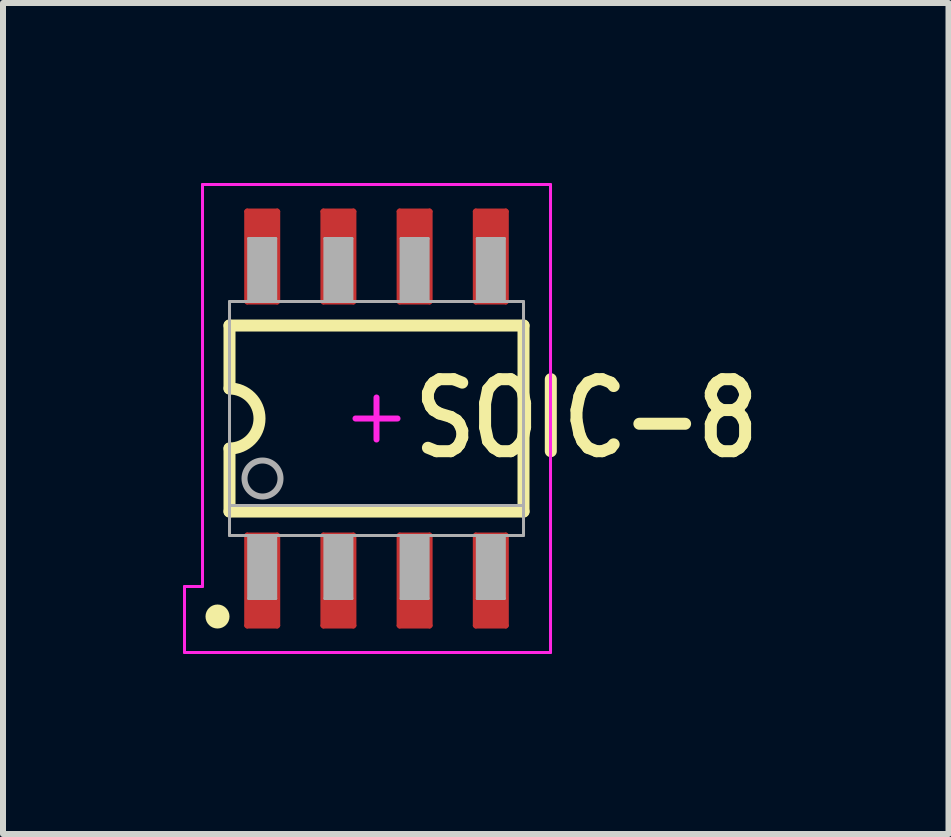
<source format=kicad_pcb>
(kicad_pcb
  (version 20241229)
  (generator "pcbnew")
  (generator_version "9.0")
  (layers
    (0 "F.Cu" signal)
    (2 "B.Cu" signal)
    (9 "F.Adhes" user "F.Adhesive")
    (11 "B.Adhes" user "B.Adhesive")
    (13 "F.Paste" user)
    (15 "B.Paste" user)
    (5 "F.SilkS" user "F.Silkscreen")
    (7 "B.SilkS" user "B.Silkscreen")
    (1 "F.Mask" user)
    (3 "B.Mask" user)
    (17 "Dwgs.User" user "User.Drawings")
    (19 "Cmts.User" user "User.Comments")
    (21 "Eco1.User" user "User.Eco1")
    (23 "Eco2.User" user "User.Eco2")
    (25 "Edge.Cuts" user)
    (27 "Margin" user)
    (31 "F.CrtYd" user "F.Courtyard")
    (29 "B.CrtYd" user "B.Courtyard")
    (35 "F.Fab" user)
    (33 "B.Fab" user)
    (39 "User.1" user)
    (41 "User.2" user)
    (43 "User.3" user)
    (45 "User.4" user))
  (footprint "SOIC-8"
    (layer "F.Cu")
    (at 3.225 3.925)
    (property "Reference" "SOIC-8" (at 3.5 0 0) (layer "F.SilkS") (effects (font (size 1.2 1) (thickness 0.2))))
    (attr through_hole)
    (fp_line (start -2.18 -3.45) (end -2.18 -1.95) (stroke (width 0.05) (type solid)) (layer "F.Cu"))
    (fp_line (start -2.18 1.95) (end -2.18 3.45) (stroke (width 0.05) (type solid)) (layer "F.Cu"))
    (fp_line (start -2.155 -3.475) (end -1.655 -3.475) (stroke (width 0.05) (type solid)) (layer "F.Cu"))
    (fp_line (start -2.155 -3.45) (end -2.155 -1.95) (stroke (width 0.05) (type solid)) (layer "F.Cu"))
    (fp_line (start -2.155 -3.45) (end -1.655 -3.45) (stroke (width 0.05) (type solid)) (layer "F.Cu"))
    (fp_line (start -2.155 1.925) (end -1.655 1.925) (stroke (width 0.05) (type solid)) (layer "F.Cu"))
    (fp_line (start -2.155 1.95) (end -2.155 3.45) (stroke (width 0.05) (type solid)) (layer "F.Cu"))
    (fp_line (start -2.155 1.95) (end -1.655 1.95) (stroke (width 0.05) (type solid)) (layer "F.Cu"))
    (fp_line (start -1.655 -1.95) (end -2.155 -1.95) (stroke (width 0.05) (type solid)) (layer "F.Cu"))
    (fp_line (start -1.655 -1.95) (end -1.655 -3.45) (stroke (width 0.05) (type solid)) (layer "F.Cu"))
    (fp_line (start -1.655 -1.925) (end -2.155 -1.925) (stroke (width 0.05) (type solid)) (layer "F.Cu"))
    (fp_line (start -1.655 3.45) (end -2.155 3.45) (stroke (width 0.05) (type solid)) (layer "F.Cu"))
    (fp_line (start -1.655 3.45) (end -1.655 1.95) (stroke (width 0.05) (type solid)) (layer "F.Cu"))
    (fp_line (start -1.655 3.475) (end -2.155 3.475) (stroke (width 0.05) (type solid)) (layer "F.Cu"))
    (fp_line (start -1.63 -1.95) (end -1.63 -3.45) (stroke (width 0.05) (type solid)) (layer "F.Cu"))
    (fp_line (start -1.63 3.45) (end -1.63 1.95) (stroke (width 0.05) (type solid)) (layer "F.Cu"))
    (fp_line (start -0.91 -3.45) (end -0.91 -1.95) (stroke (width 0.05) (type solid)) (layer "F.Cu"))
    (fp_line (start -0.91 1.95) (end -0.91 3.45) (stroke (width 0.05) (type solid)) (layer "F.Cu"))
    (fp_line (start -0.885 -3.475) (end -0.385 -3.475) (stroke (width 0.05) (type solid)) (layer "F.Cu"))
    (fp_line (start -0.885 -3.45) (end -0.885 -1.95) (stroke (width 0.05) (type solid)) (layer "F.Cu"))
    (fp_line (start -0.885 -3.45) (end -0.385 -3.45) (stroke (width 0.05) (type solid)) (layer "F.Cu"))
    (fp_line (start -0.885 1.925) (end -0.385 1.925) (stroke (width 0.05) (type solid)) (layer "F.Cu"))
    (fp_line (start -0.885 1.95) (end -0.885 3.45) (stroke (width 0.05) (type solid)) (layer "F.Cu"))
    (fp_line (start -0.885 1.95) (end -0.385 1.95) (stroke (width 0.05) (type solid)) (layer "F.Cu"))
    (fp_line (start -0.385 -1.95) (end -0.885 -1.95) (stroke (width 0.05) (type solid)) (layer "F.Cu"))
    (fp_line (start -0.385 -1.95) (end -0.385 -3.45) (stroke (width 0.05) (type solid)) (layer "F.Cu"))
    (fp_line (start -0.385 -1.925) (end -0.885 -1.925) (stroke (width 0.05) (type solid)) (layer "F.Cu"))
    (fp_line (start -0.385 3.45) (end -0.885 3.45) (stroke (width 0.05) (type solid)) (layer "F.Cu"))
    (fp_line (start -0.385 3.45) (end -0.385 1.95) (stroke (width 0.05) (type solid)) (layer "F.Cu"))
    (fp_line (start -0.385 3.475) (end -0.885 3.475) (stroke (width 0.05) (type solid)) (layer "F.Cu"))
    (fp_line (start -0.36 -1.95) (end -0.36 -3.45) (stroke (width 0.05) (type solid)) (layer "F.Cu"))
    (fp_line (start -0.36 3.45) (end -0.36 1.95) (stroke (width 0.05) (type solid)) (layer "F.Cu"))
    (fp_line (start 0.36 -3.45) (end 0.36 -1.95) (stroke (width 0.05) (type solid)) (layer "F.Cu"))
    (fp_line (start 0.36 1.95) (end 0.36 3.45) (stroke (width 0.05) (type solid)) (layer "F.Cu"))
    (fp_line (start 0.385 -3.475) (end 0.885 -3.475) (stroke (width 0.05) (type solid)) (layer "F.Cu"))
    (fp_line (start 0.385 -3.45) (end 0.385 -1.95) (stroke (width 0.05) (type solid)) (layer "F.Cu"))
    (fp_line (start 0.385 -3.45) (end 0.885 -3.45) (stroke (width 0.05) (type solid)) (layer "F.Cu"))
    (fp_line (start 0.385 1.925) (end 0.885 1.925) (stroke (width 0.05) (type solid)) (layer "F.Cu"))
    (fp_line (start 0.385 1.95) (end 0.385 3.45) (stroke (width 0.05) (type solid)) (layer "F.Cu"))
    (fp_line (start 0.385 1.95) (end 0.885 1.95) (stroke (width 0.05) (type solid)) (layer "F.Cu"))
    (fp_line (start 0.885 -1.95) (end 0.385 -1.95) (stroke (width 0.05) (type solid)) (layer "F.Cu"))
    (fp_line (start 0.885 -1.95) (end 0.885 -3.45) (stroke (width 0.05) (type solid)) (layer "F.Cu"))
    (fp_line (start 0.885 -1.925) (end 0.385 -1.925) (stroke (width 0.05) (type solid)) (layer "F.Cu"))
    (fp_line (start 0.885 3.45) (end 0.385 3.45) (stroke (width 0.05) (type solid)) (layer "F.Cu"))
    (fp_line (start 0.885 3.45) (end 0.885 1.95) (stroke (width 0.05) (type solid)) (layer "F.Cu"))
    (fp_line (start 0.885 3.475) (end 0.385 3.475) (stroke (width 0.05) (type solid)) (layer "F.Cu"))
    (fp_line (start 0.91 -1.95) (end 0.91 -3.45) (stroke (width 0.05) (type solid)) (layer "F.Cu"))
    (fp_line (start 0.91 3.45) (end 0.91 1.95) (stroke (width 0.05) (type solid)) (layer "F.Cu"))
    (fp_line (start 1.63 -3.45) (end 1.63 -1.95) (stroke (width 0.05) (type solid)) (layer "F.Cu"))
    (fp_line (start 1.63 1.95) (end 1.63 3.45) (stroke (width 0.05) (type solid)) (layer "F.Cu"))
    (fp_line (start 1.655 -3.475) (end 2.155 -3.475) (stroke (width 0.05) (type solid)) (layer "F.Cu"))
    (fp_line (start 1.655 -3.45) (end 1.655 -1.95) (stroke (width 0.05) (type solid)) (layer "F.Cu"))
    (fp_line (start 1.655 -3.45) (end 2.155 -3.45) (stroke (width 0.05) (type solid)) (layer "F.Cu"))
    (fp_line (start 1.655 1.925) (end 2.155 1.925) (stroke (width 0.05) (type solid)) (layer "F.Cu"))
    (fp_line (start 1.655 1.95) (end 1.655 3.45) (stroke (width 0.05) (type solid)) (layer "F.Cu"))
    (fp_line (start 1.655 1.95) (end 2.155 1.95) (stroke (width 0.05) (type solid)) (layer "F.Cu"))
    (fp_line (start 2.155 -1.95) (end 1.655 -1.95) (stroke (width 0.05) (type solid)) (layer "F.Cu"))
    (fp_line (start 2.155 -1.95) (end 2.155 -3.45) (stroke (width 0.05) (type solid)) (layer "F.Cu"))
    (fp_line (start 2.155 -1.925) (end 1.655 -1.925) (stroke (width 0.05) (type solid)) (layer "F.Cu"))
    (fp_line (start 2.155 3.45) (end 1.655 3.45) (stroke (width 0.05) (type solid)) (layer "F.Cu"))
    (fp_line (start 2.155 3.45) (end 2.155 1.95) (stroke (width 0.05) (type solid)) (layer "F.Cu"))
    (fp_line (start 2.155 3.475) (end 1.655 3.475) (stroke (width 0.05) (type solid)) (layer "F.Cu"))
    (fp_line (start 2.18 -1.95) (end 2.18 -3.45) (stroke (width 0.05) (type solid)) (layer "F.Cu"))
    (fp_line (start 2.18 3.45) (end 2.18 1.95) (stroke (width 0.05) (type solid)) (layer "F.Cu"))
    (fp_arc (start -2.18 -3.45) (mid -2.172693 -3.467662) (end -2.155044 -3.475) (stroke (width 0.05) (type solid)) (layer "F.Cu"))
    (fp_arc (start -2.18 1.95) (mid -2.172693 1.932338) (end -2.155044 1.925) (stroke (width 0.05) (type solid)) (layer "F.Cu"))
    (fp_arc (start -2.155 -1.925) (mid -2.172662 -1.932307) (end -2.18 -1.949956) (stroke (width 0.05) (type solid)) (layer "F.Cu"))
    (fp_arc (start -2.155 3.475) (mid -2.172662 3.467693) (end -2.18 3.450044) (stroke (width 0.05) (type solid)) (layer "F.Cu"))
    (fp_arc (start -1.655 -3.475) (mid -1.637338 -3.467693) (end -1.63 -3.450044) (stroke (width 0.05) (type solid)) (layer "F.Cu"))
    (fp_arc (start -1.655 1.925) (mid -1.637338 1.932307) (end -1.63 1.949956) (stroke (width 0.05) (type solid)) (layer "F.Cu"))
    (fp_arc (start -1.63 -1.95) (mid -1.637307 -1.932338) (end -1.654956 -1.925) (stroke (width 0.05) (type solid)) (layer "F.Cu"))
    (fp_arc (start -1.63 3.45) (mid -1.637307 3.467662) (end -1.654956 3.475) (stroke (width 0.05) (type solid)) (layer "F.Cu"))
    (fp_arc (start -0.91 -3.45) (mid -0.902693 -3.467662) (end -0.885044 -3.475) (stroke (width 0.05) (type solid)) (layer "F.Cu"))
    (fp_arc (start -0.91 1.95) (mid -0.902693 1.932338) (end -0.885044 1.925) (stroke (width 0.05) (type solid)) (layer "F.Cu"))
    (fp_arc (start -0.885 -1.925) (mid -0.902662 -1.932307) (end -0.91 -1.949956) (stroke (width 0.05) (type solid)) (layer "F.Cu"))
    (fp_arc (start -0.885 3.475) (mid -0.902662 3.467693) (end -0.91 3.450044) (stroke (width 0.05) (type solid)) (layer "F.Cu"))
    (fp_arc (start -0.385 -3.475) (mid -0.367338 -3.467693) (end -0.36 -3.450044) (stroke (width 0.05) (type solid)) (layer "F.Cu"))
    (fp_arc (start -0.385 1.925) (mid -0.367338 1.932307) (end -0.36 1.949956) (stroke (width 0.05) (type solid)) (layer "F.Cu"))
    (fp_arc (start -0.36 -1.95) (mid -0.367307 -1.932338) (end -0.384956 -1.925) (stroke (width 0.05) (type solid)) (layer "F.Cu"))
    (fp_arc (start -0.36 3.45) (mid -0.367307 3.467662) (end -0.384956 3.475) (stroke (width 0.05) (type solid)) (layer "F.Cu"))
    (fp_arc (start 0.36 -3.45) (mid 0.367307 -3.467662) (end 0.384956 -3.475) (stroke (width 0.05) (type solid)) (layer "F.Cu"))
    (fp_arc (start 0.36 1.95) (mid 0.367307 1.932338) (end 0.384956 1.925) (stroke (width 0.05) (type solid)) (layer "F.Cu"))
    (fp_arc (start 0.385 -1.925) (mid 0.367338 -1.932307) (end 0.36 -1.949956) (stroke (width 0.05) (type solid)) (layer "F.Cu"))
    (fp_arc (start 0.385 3.475) (mid 0.367338 3.467693) (end 0.36 3.450044) (stroke (width 0.05) (type solid)) (layer "F.Cu"))
    (fp_arc (start 0.885 -3.475) (mid 0.902662 -3.467693) (end 0.91 -3.450044) (stroke (width 0.05) (type solid)) (layer "F.Cu"))
    (fp_arc (start 0.885 1.925) (mid 0.902662 1.932307) (end 0.91 1.949956) (stroke (width 0.05) (type solid)) (layer "F.Cu"))
    (fp_arc (start 0.91 -1.95) (mid 0.902693 -1.932338) (end 0.885044 -1.925) (stroke (width 0.05) (type solid)) (layer "F.Cu"))
    (fp_arc (start 0.91 3.45) (mid 0.902693 3.467662) (end 0.885044 3.475) (stroke (width 0.05) (type solid)) (layer "F.Cu"))
    (fp_arc (start 1.63 -3.45) (mid 1.637307 -3.467662) (end 1.654956 -3.475) (stroke (width 0.05) (type solid)) (layer "F.Cu"))
    (fp_arc (start 1.63 1.95) (mid 1.637307 1.932338) (end 1.654956 1.925) (stroke (width 0.05) (type solid)) (layer "F.Cu"))
    (fp_arc (start 1.655 -1.925) (mid 1.637338 -1.932307) (end 1.63 -1.949956) (stroke (width 0.05) (type solid)) (layer "F.Cu"))
    (fp_arc (start 1.655 3.475) (mid 1.637338 3.467693) (end 1.63 3.450044) (stroke (width 0.05) (type solid)) (layer "F.Cu"))
    (fp_arc (start 2.155 -3.475) (mid 2.172662 -3.467693) (end 2.18 -3.450044) (stroke (width 0.05) (type solid)) (layer "F.Cu"))
    (fp_arc (start 2.155 1.925) (mid 2.172662 1.932307) (end 2.18 1.949956) (stroke (width 0.05) (type solid)) (layer "F.Cu"))
    (fp_arc (start 2.18 -1.95) (mid 2.172693 -1.932338) (end 2.155044 -1.925) (stroke (width 0.05) (type solid)) (layer "F.Cu"))
    (fp_arc (start 2.18 3.45) (mid 2.172693 3.467662) (end 2.155044 3.475) (stroke (width 0.05) (type solid)) (layer "F.Cu"))
    (fp_line (start -2.255 -3.45) (end -2.255 -1.95) (stroke (width 0.1) (type solid)) (layer "F.Mask"))
    (fp_line (start -2.255 1.95) (end -2.255 3.45) (stroke (width 0.1) (type solid)) (layer "F.Mask"))
    (fp_line (start -2.205 -2.1) (end -2.205 -3) (stroke (width 0.1) (type solid)) (layer "F.Mask"))
    (fp_line (start -2.205 3.3) (end -2.205 2.4) (stroke (width 0.1) (type solid)) (layer "F.Mask"))
    (fp_line (start -2.155 -3.5) (end -1.605 -3.5) (stroke (width 0.1) (type solid)) (layer "F.Mask"))
    (fp_line (start -2.155 -1.85) (end -1.655 -1.85) (stroke (width 0.1) (type solid)) (layer "F.Mask"))
    (fp_line (start -2.155 1.9) (end -1.605 1.9) (stroke (width 0.1) (type solid)) (layer "F.Mask"))
    (fp_line (start -2.155 3.55) (end -1.655 3.55) (stroke (width 0.1) (type solid)) (layer "F.Mask"))
    (fp_line (start -1.655 -3.55) (end -2.155 -3.55) (stroke (width 0.1) (type solid)) (layer "F.Mask"))
    (fp_line (start -1.655 1.85) (end -2.155 1.85) (stroke (width 0.1) (type solid)) (layer "F.Mask"))
    (fp_line (start -1.605 -3.3) (end -1.605 -2.4) (stroke (width 0.1) (type solid)) (layer "F.Mask"))
    (fp_line (start -1.605 2.1) (end -1.605 3) (stroke (width 0.1) (type solid)) (layer "F.Mask"))
    (fp_line (start -1.555 -1.95) (end -1.555 -3.45) (stroke (width 0.1) (type solid)) (layer "F.Mask"))
    (fp_line (start -1.555 3.45) (end -1.555 1.95) (stroke (width 0.1) (type solid)) (layer "F.Mask"))
    (fp_line (start -0.985 -3.45) (end -0.985 -1.95) (stroke (width 0.1) (type solid)) (layer "F.Mask"))
    (fp_line (start -0.985 1.95) (end -0.985 3.45) (stroke (width 0.1) (type solid)) (layer "F.Mask"))
    (fp_line (start -0.935 -2.1) (end -0.935 -3) (stroke (width 0.1) (type solid)) (layer "F.Mask"))
    (fp_line (start -0.935 3.3) (end -0.935 2.4) (stroke (width 0.1) (type solid)) (layer "F.Mask"))
    (fp_line (start -0.885 -3.5) (end -0.335 -3.5) (stroke (width 0.1) (type solid)) (layer "F.Mask"))
    (fp_line (start -0.885 -1.85) (end -0.385 -1.85) (stroke (width 0.1) (type solid)) (layer "F.Mask"))
    (fp_line (start -0.885 1.9) (end -0.335 1.9) (stroke (width 0.1) (type solid)) (layer "F.Mask"))
    (fp_line (start -0.885 3.55) (end -0.385 3.55) (stroke (width 0.1) (type solid)) (layer "F.Mask"))
    (fp_line (start -0.385 -3.55) (end -0.885 -3.55) (stroke (width 0.1) (type solid)) (layer "F.Mask"))
    (fp_line (start -0.385 1.85) (end -0.885 1.85) (stroke (width 0.1) (type solid)) (layer "F.Mask"))
    (fp_line (start -0.335 -3.3) (end -0.335 -2.4) (stroke (width 0.1) (type solid)) (layer "F.Mask"))
    (fp_line (start -0.335 2.1) (end -0.335 3) (stroke (width 0.1) (type solid)) (layer "F.Mask"))
    (fp_line (start -0.285 -1.95) (end -0.285 -3.45) (stroke (width 0.1) (type solid)) (layer "F.Mask"))
    (fp_line (start -0.285 3.45) (end -0.285 1.95) (stroke (width 0.1) (type solid)) (layer "F.Mask"))
    (fp_line (start 0.285 -3.45) (end 0.285 -1.95) (stroke (width 0.1) (type solid)) (layer "F.Mask"))
    (fp_line (start 0.285 1.95) (end 0.285 3.45) (stroke (width 0.1) (type solid)) (layer "F.Mask"))
    (fp_line (start 0.335 -2.1) (end 0.335 -3) (stroke (width 0.1) (type solid)) (layer "F.Mask"))
    (fp_line (start 0.335 3.3) (end 0.335 2.4) (stroke (width 0.1) (type solid)) (layer "F.Mask"))
    (fp_line (start 0.385 -3.5) (end 0.935 -3.5) (stroke (width 0.1) (type solid)) (layer "F.Mask"))
    (fp_line (start 0.385 -1.85) (end 0.885 -1.85) (stroke (width 0.1) (type solid)) (layer "F.Mask"))
    (fp_line (start 0.385 1.9) (end 0.935 1.9) (stroke (width 0.1) (type solid)) (layer "F.Mask"))
    (fp_line (start 0.385 3.55) (end 0.885 3.55) (stroke (width 0.1) (type solid)) (layer "F.Mask"))
    (fp_line (start 0.885 -3.55) (end 0.385 -3.55) (stroke (width 0.1) (type solid)) (layer "F.Mask"))
    (fp_line (start 0.885 1.85) (end 0.385 1.85) (stroke (width 0.1) (type solid)) (layer "F.Mask"))
    (fp_line (start 0.935 -3.3) (end 0.935 -2.4) (stroke (width 0.1) (type solid)) (layer "F.Mask"))
    (fp_line (start 0.935 2.1) (end 0.935 3) (stroke (width 0.1) (type solid)) (layer "F.Mask"))
    (fp_line (start 0.985 -1.95) (end 0.985 -3.45) (stroke (width 0.1) (type solid)) (layer "F.Mask"))
    (fp_line (start 0.985 3.45) (end 0.985 1.95) (stroke (width 0.1) (type solid)) (layer "F.Mask"))
    (fp_line (start 1.555 -3.45) (end 1.555 -1.95) (stroke (width 0.1) (type solid)) (layer "F.Mask"))
    (fp_line (start 1.555 1.95) (end 1.555 3.45) (stroke (width 0.1) (type solid)) (layer "F.Mask"))
    (fp_line (start 1.605 -2.1) (end 1.605 -3) (stroke (width 0.1) (type solid)) (layer "F.Mask"))
    (fp_line (start 1.605 3.3) (end 1.605 2.4) (stroke (width 0.1) (type solid)) (layer "F.Mask"))
    (fp_line (start 1.655 -3.5) (end 2.205 -3.5) (stroke (width 0.1) (type solid)) (layer "F.Mask"))
    (fp_line (start 1.655 -1.85) (end 2.155 -1.85) (stroke (width 0.1) (type solid)) (layer "F.Mask"))
    (fp_line (start 1.655 1.9) (end 2.205 1.9) (stroke (width 0.1) (type solid)) (layer "F.Mask"))
    (fp_line (start 1.655 3.55) (end 2.155 3.55) (stroke (width 0.1) (type solid)) (layer "F.Mask"))
    (fp_line (start 2.155 -3.55) (end 1.655 -3.55) (stroke (width 0.1) (type solid)) (layer "F.Mask"))
    (fp_line (start 2.155 1.85) (end 1.655 1.85) (stroke (width 0.1) (type solid)) (layer "F.Mask"))
    (fp_line (start 2.205 -3.3) (end 2.205 -2.4) (stroke (width 0.1) (type solid)) (layer "F.Mask"))
    (fp_line (start 2.205 2.1) (end 2.205 3) (stroke (width 0.1) (type solid)) (layer "F.Mask"))
    (fp_line (start 2.255 -1.95) (end 2.255 -3.45) (stroke (width 0.1) (type solid)) (layer "F.Mask"))
    (fp_line (start 2.255 3.45) (end 2.255 1.95) (stroke (width 0.1) (type solid)) (layer "F.Mask"))
    (fp_arc (start -2.254825 -3.45) (mid -2.225598 -3.520649) (end -2.155 -3.55) (stroke (width 0.1) (type solid)) (layer "F.Mask"))
    (fp_arc (start -2.254825 1.95) (mid -2.225598 1.879351) (end -2.155 1.85) (stroke (width 0.1) (type solid)) (layer "F.Mask"))
    (fp_arc (start -2.155 -1.85) (mid -2.225649 -1.879227) (end -2.255 -1.949825) (stroke (width 0.1) (type solid)) (layer "F.Mask"))
    (fp_arc (start -2.155 3.55) (mid -2.225649 3.520773) (end -2.255 3.450175) (stroke (width 0.1) (type solid)) (layer "F.Mask"))
    (fp_arc (start -1.655 -3.549825) (mid -1.584351 -3.520598) (end -1.555 -3.45) (stroke (width 0.1) (type solid)) (layer "F.Mask"))
    (fp_arc (start -1.655 1.850175) (mid -1.584351 1.879402) (end -1.555 1.95) (stroke (width 0.1) (type solid)) (layer "F.Mask"))
    (fp_arc (start -1.555 -1.95) (mid -1.584227 -1.879351) (end -1.654825 -1.85) (stroke (width 0.1) (type solid)) (layer "F.Mask"))
    (fp_arc (start -1.555 3.45) (mid -1.584227 3.520649) (end -1.654825 3.55) (stroke (width 0.1) (type solid)) (layer "F.Mask"))
    (fp_arc (start -0.984825 -3.45) (mid -0.955598 -3.520649) (end -0.885 -3.55) (stroke (width 0.1) (type solid)) (layer "F.Mask"))
    (fp_arc (start -0.984825 1.95) (mid -0.955598 1.879351) (end -0.885 1.85) (stroke (width 0.1) (type solid)) (layer "F.Mask"))
    (fp_arc (start -0.885 -1.85) (mid -0.955649 -1.879227) (end -0.985 -1.949825) (stroke (width 0.1) (type solid)) (layer "F.Mask"))
    (fp_arc (start -0.885 3.55) (mid -0.955649 3.520773) (end -0.985 3.450175) (stroke (width 0.1) (type solid)) (layer "F.Mask"))
    (fp_arc (start -0.385 -3.549825) (mid -0.314351 -3.520598) (end -0.285 -3.45) (stroke (width 0.1) (type solid)) (layer "F.Mask"))
    (fp_arc (start -0.385 1.850175) (mid -0.314351 1.879402) (end -0.285 1.95) (stroke (width 0.1) (type solid)) (layer "F.Mask"))
    (fp_arc (start -0.285 -1.95) (mid -0.314227 -1.879351) (end -0.384825 -1.85) (stroke (width 0.1) (type solid)) (layer "F.Mask"))
    (fp_arc (start -0.285 3.45) (mid -0.314227 3.520649) (end -0.384825 3.55) (stroke (width 0.1) (type solid)) (layer "F.Mask"))
    (fp_arc (start 0.285175 -3.45) (mid 0.314402 -3.520649) (end 0.385 -3.55) (stroke (width 0.1) (type solid)) (layer "F.Mask"))
    (fp_arc (start 0.285175 1.95) (mid 0.314402 1.879351) (end 0.385 1.85) (stroke (width 0.1) (type solid)) (layer "F.Mask"))
    (fp_arc (start 0.385 -1.85) (mid 0.314351 -1.879227) (end 0.285 -1.949825) (stroke (width 0.1) (type solid)) (layer "F.Mask"))
    (fp_arc (start 0.385 3.55) (mid 0.314351 3.520773) (end 0.285 3.450175) (stroke (width 0.1) (type solid)) (layer "F.Mask"))
    (fp_arc (start 0.885 -3.549825) (mid 0.955649 -3.520598) (end 0.985 -3.45) (stroke (width 0.1) (type solid)) (layer "F.Mask"))
    (fp_arc (start 0.885 1.850175) (mid 0.955649 1.879402) (end 0.985 1.95) (stroke (width 0.1) (type solid)) (layer "F.Mask"))
    (fp_arc (start 0.985 -1.95) (mid 0.955773 -1.879351) (end 0.885175 -1.85) (stroke (width 0.1) (type solid)) (layer "F.Mask"))
    (fp_arc (start 0.985 3.45) (mid 0.955773 3.520649) (end 0.885175 3.55) (stroke (width 0.1) (type solid)) (layer "F.Mask"))
    (fp_arc (start 1.555175 -3.45) (mid 1.584402 -3.520649) (end 1.655 -3.55) (stroke (width 0.1) (type solid)) (layer "F.Mask"))
    (fp_arc (start 1.555175 1.95) (mid 1.584402 1.879351) (end 1.655 1.85) (stroke (width 0.1) (type solid)) (layer "F.Mask"))
    (fp_arc (start 1.655 -1.85) (mid 1.584351 -1.879227) (end 1.555 -1.949825) (stroke (width 0.1) (type solid)) (layer "F.Mask"))
    (fp_arc (start 1.655 3.55) (mid 1.584351 3.520773) (end 1.555 3.450175) (stroke (width 0.1) (type solid)) (layer "F.Mask"))
    (fp_arc (start 2.155 -3.549825) (mid 2.225649 -3.520598) (end 2.255 -3.45) (stroke (width 0.1) (type solid)) (layer "F.Mask"))
    (fp_arc (start 2.155 1.850175) (mid 2.225649 1.879402) (end 2.255 1.95) (stroke (width 0.1) (type solid)) (layer "F.Mask"))
    (fp_arc (start 2.255 -1.95) (mid 2.225773 -1.879351) (end 2.155175 -1.85) (stroke (width 0.1) (type solid)) (layer "F.Mask"))
    (fp_arc (start 2.255 3.45) (mid 2.225773 3.520649) (end 2.155175 3.55) (stroke (width 0.1) (type solid)) (layer "F.Mask"))
    (fp_line (start -2.45 -1.55) (end 2.45 -1.55) (stroke (width 0.2) (type solid)) (layer "F.SilkS"))
    (fp_line (start -2.45 -0.5) (end -2.45 -1.55) (stroke (width 0.2) (type solid)) (layer "F.SilkS"))
    (fp_line (start -2.45 1.55) (end -2.45 0.5) (stroke (width 0.2) (type solid)) (layer "F.SilkS"))
    (fp_line (start 2.45 -1.55) (end 2.45 1.55) (stroke (width 0.2) (type solid)) (layer "F.SilkS"))
    (fp_line (start 2.45 1.55) (end -2.45 1.55) (stroke (width 0.2) (type solid)) (layer "F.SilkS"))
    (fp_arc (start -2.45 -0.5) (mid -1.95 0) (end -2.45 0.5) (stroke (width 0.2) (type solid)) (layer "F.SilkS"))
    (fp_circle (center -2.65 3.3) (end -2.55 3.3) (stroke (width 0.2) (type solid)) (fill no) (layer "F.SilkS"))
    (fp_line (start -2.155 -3.45) (end -1.655 -3.45) (stroke (width 0.05) (type solid)) (layer "F.Paste"))
    (fp_line (start -2.155 -1.95) (end -2.155 -3.45) (stroke (width 0.05) (type solid)) (layer "F.Paste"))
    (fp_line (start -2.155 1.95) (end -1.655 1.95) (stroke (width 0.05) (type solid)) (layer "F.Paste"))
    (fp_line (start -2.155 3.45) (end -2.155 1.95) (stroke (width 0.05) (type solid)) (layer "F.Paste"))
    (fp_line (start -1.655 -3.45) (end -1.655 -1.95) (stroke (width 0.05) (type solid)) (layer "F.Paste"))
    (fp_line (start -1.655 -1.95) (end -2.155 -1.95) (stroke (width 0.05) (type solid)) (layer "F.Paste"))
    (fp_line (start -1.655 1.95) (end -1.655 3.45) (stroke (width 0.05) (type solid)) (layer "F.Paste"))
    (fp_line (start -1.655 3.45) (end -2.155 3.45) (stroke (width 0.05) (type solid)) (layer "F.Paste"))
    (fp_line (start -0.885 -3.45) (end -0.385 -3.45) (stroke (width 0.05) (type solid)) (layer "F.Paste"))
    (fp_line (start -0.885 -1.95) (end -0.885 -3.45) (stroke (width 0.05) (type solid)) (layer "F.Paste"))
    (fp_line (start -0.885 1.95) (end -0.385 1.95) (stroke (width 0.05) (type solid)) (layer "F.Paste"))
    (fp_line (start -0.885 3.45) (end -0.885 1.95) (stroke (width 0.05) (type solid)) (layer "F.Paste"))
    (fp_line (start -0.385 -3.45) (end -0.385 -1.95) (stroke (width 0.05) (type solid)) (layer "F.Paste"))
    (fp_line (start -0.385 -1.95) (end -0.885 -1.95) (stroke (width 0.05) (type solid)) (layer "F.Paste"))
    (fp_line (start -0.385 1.95) (end -0.385 3.45) (stroke (width 0.05) (type solid)) (layer "F.Paste"))
    (fp_line (start -0.385 3.45) (end -0.885 3.45) (stroke (width 0.05) (type solid)) (layer "F.Paste"))
    (fp_line (start 0.385 -3.45) (end 0.885 -3.45) (stroke (width 0.05) (type solid)) (layer "F.Paste"))
    (fp_line (start 0.385 -1.95) (end 0.385 -3.45) (stroke (width 0.05) (type solid)) (layer "F.Paste"))
    (fp_line (start 0.385 1.95) (end 0.885 1.95) (stroke (width 0.05) (type solid)) (layer "F.Paste"))
    (fp_line (start 0.385 3.45) (end 0.385 1.95) (stroke (width 0.05) (type solid)) (layer "F.Paste"))
    (fp_line (start 0.885 -3.45) (end 0.885 -1.95) (stroke (width 0.05) (type solid)) (layer "F.Paste"))
    (fp_line (start 0.885 -1.95) (end 0.385 -1.95) (stroke (width 0.05) (type solid)) (layer "F.Paste"))
    (fp_line (start 0.885 1.95) (end 0.885 3.45) (stroke (width 0.05) (type solid)) (layer "F.Paste"))
    (fp_line (start 0.885 3.45) (end 0.385 3.45) (stroke (width 0.05) (type solid)) (layer "F.Paste"))
    (fp_line (start 1.655 -3.45) (end 2.155 -3.45) (stroke (width 0.05) (type solid)) (layer "F.Paste"))
    (fp_line (start 1.655 -1.95) (end 1.655 -3.45) (stroke (width 0.05) (type solid)) (layer "F.Paste"))
    (fp_line (start 1.655 1.95) (end 2.155 1.95) (stroke (width 0.05) (type solid)) (layer "F.Paste"))
    (fp_line (start 1.655 3.45) (end 1.655 1.95) (stroke (width 0.05) (type solid)) (layer "F.Paste"))
    (fp_line (start 2.155 -3.45) (end 2.155 -1.95) (stroke (width 0.05) (type solid)) (layer "F.Paste"))
    (fp_line (start 2.155 -1.95) (end 1.655 -1.95) (stroke (width 0.05) (type solid)) (layer "F.Paste"))
    (fp_line (start 2.155 1.95) (end 2.155 3.45) (stroke (width 0.05) (type solid)) (layer "F.Paste"))
    (fp_line (start 2.155 3.45) (end 1.655 3.45) (stroke (width 0.05) (type solid)) (layer "F.Paste"))
    (fp_line (start -3.2 2.8) (end -2.9 2.8) (stroke (width 0.05) (type solid)) (layer "F.CrtYd"))
    (fp_line (start -3.2 3.9) (end -3.2 2.8) (stroke (width 0.05) (type solid)) (layer "F.CrtYd"))
    (fp_line (start -2.9 -3.9) (end 2.9 -3.9) (stroke (width 0.05) (type solid)) (layer "F.CrtYd"))
    (fp_line (start -2.9 2.8) (end -2.9 -3.9) (stroke (width 0.05) (type solid)) (layer "F.CrtYd"))
    (fp_line (start -0.35 0) (end 0.35 0) (stroke (width 0.1) (type solid)) (layer "F.CrtYd"))
    (fp_line (start 0 -0.35) (end 0 0.35) (stroke (width 0.1) (type solid)) (layer "F.CrtYd"))
    (fp_line (start 2.9 -3.9) (end 2.9 3.9) (stroke (width 0.05) (type solid)) (layer "F.CrtYd"))
    (fp_line (start 2.9 3.9) (end -3.2 3.9) (stroke (width 0.05) (type solid)) (layer "F.CrtYd"))
    (fp_line (start -2.45 -1.95) (end -2.45 1.95) (stroke (width 0.05) (type solid)) (layer "F.Fab"))
    (fp_line (start -2.45 -1.95) (end 2.45 -1.95) (stroke (width 0.05) (type solid)) (layer "F.Fab"))
    (fp_line (start -2.45 1.45) (end 2.45 1.45) (stroke (width 0.05) (type solid)) (layer "F.Fab"))
    (fp_line (start -2.45 1.95) (end 2.45 1.95) (stroke (width 0.05) (type solid)) (layer "F.Fab"))
    (fp_line (start -2.13 -1.95) (end -2.13 -3) (stroke (width 0.05) (type solid)) (layer "F.Fab"))
    (fp_line (start -2.13 1.95) (end -2.13 3) (stroke (width 0.05) (type solid)) (layer "F.Fab"))
    (fp_line (start -2.13 3) (end -1.68 3) (stroke (width 0.05) (type solid)) (layer "F.Fab"))
    (fp_line (start -2.105 -1.95) (end -2.105 -3) (stroke (width 0.05) (type solid)) (layer "F.Fab"))
    (fp_line (start -2.105 1.95) (end -2.105 3) (stroke (width 0.05) (type solid)) (layer "F.Fab"))
    (fp_line (start -2.08 -1.95) (end -2.08 -3) (stroke (width 0.05) (type solid)) (layer "F.Fab"))
    (fp_line (start -2.08 1.95) (end -2.08 3) (stroke (width 0.05) (type solid)) (layer "F.Fab"))
    (fp_line (start -2.055 -1.95) (end -2.055 -3) (stroke (width 0.05) (type solid)) (layer "F.Fab"))
    (fp_line (start -2.055 1.95) (end -2.055 3) (stroke (width 0.05) (type solid)) (layer "F.Fab"))
    (fp_line (start -2.03 -1.95) (end -2.03 -3) (stroke (width 0.05) (type solid)) (layer "F.Fab"))
    (fp_line (start -2.03 1.95) (end -2.03 3) (stroke (width 0.05) (type solid)) (layer "F.Fab"))
    (fp_line (start -2.005 -1.95) (end -2.005 -3) (stroke (width 0.05) (type solid)) (layer "F.Fab"))
    (fp_line (start -2.005 1.95) (end -2.005 3) (stroke (width 0.05) (type solid)) (layer "F.Fab"))
    (fp_line (start -1.98 -1.95) (end -1.98 -3) (stroke (width 0.05) (type solid)) (layer "F.Fab"))
    (fp_line (start -1.98 1.95) (end -1.98 3) (stroke (width 0.05) (type solid)) (layer "F.Fab"))
    (fp_line (start -1.955 -1.95) (end -1.955 -3) (stroke (width 0.05) (type solid)) (layer "F.Fab"))
    (fp_line (start -1.955 1.95) (end -1.955 3) (stroke (width 0.05) (type solid)) (layer "F.Fab"))
    (fp_line (start -1.93 -1.95) (end -1.93 -3) (stroke (width 0.05) (type solid)) (layer "F.Fab"))
    (fp_line (start -1.93 1.95) (end -1.93 3) (stroke (width 0.05) (type solid)) (layer "F.Fab"))
    (fp_line (start -1.905 -1.95) (end -1.905 -3) (stroke (width 0.05) (type solid)) (layer "F.Fab"))
    (fp_line (start -1.905 1.95) (end -1.905 3) (stroke (width 0.05) (type solid)) (layer "F.Fab"))
    (fp_line (start -1.88 -1.95) (end -1.88 -3) (stroke (width 0.05) (type solid)) (layer "F.Fab"))
    (fp_line (start -1.88 1.95) (end -1.88 3) (stroke (width 0.05) (type solid)) (layer "F.Fab"))
    (fp_line (start -1.855 -1.95) (end -1.855 -3) (stroke (width 0.05) (type solid)) (layer "F.Fab"))
    (fp_line (start -1.855 1.95) (end -1.855 3) (stroke (width 0.05) (type solid)) (layer "F.Fab"))
    (fp_line (start -1.83 -1.95) (end -1.83 -3) (stroke (width 0.05) (type solid)) (layer "F.Fab"))
    (fp_line (start -1.83 1.95) (end -1.83 3) (stroke (width 0.05) (type solid)) (layer "F.Fab"))
    (fp_line (start -1.805 -1.95) (end -1.805 -3) (stroke (width 0.05) (type solid)) (layer "F.Fab"))
    (fp_line (start -1.805 1.95) (end -1.805 3) (stroke (width 0.05) (type solid)) (layer "F.Fab"))
    (fp_line (start -1.78 -1.95) (end -1.78 -3) (stroke (width 0.05) (type solid)) (layer "F.Fab"))
    (fp_line (start -1.78 1.95) (end -1.78 3) (stroke (width 0.05) (type solid)) (layer "F.Fab"))
    (fp_line (start -1.755 -1.95) (end -1.755 -3) (stroke (width 0.05) (type solid)) (layer "F.Fab"))
    (fp_line (start -1.755 1.95) (end -1.755 3) (stroke (width 0.05) (type solid)) (layer "F.Fab"))
    (fp_line (start -1.73 -1.95) (end -1.73 -3) (stroke (width 0.05) (type solid)) (layer "F.Fab"))
    (fp_line (start -1.73 1.95) (end -1.73 3) (stroke (width 0.05) (type solid)) (layer "F.Fab"))
    (fp_line (start -1.705 -1.95) (end -1.705 -3) (stroke (width 0.05) (type solid)) (layer "F.Fab"))
    (fp_line (start -1.705 1.95) (end -1.705 3) (stroke (width 0.05) (type solid)) (layer "F.Fab"))
    (fp_line (start -1.68 -3) (end -2.13 -3) (stroke (width 0.05) (type solid)) (layer "F.Fab"))
    (fp_line (start -1.68 -1.95) (end -1.68 -3) (stroke (width 0.05) (type solid)) (layer "F.Fab"))
    (fp_line (start -1.68 1.95) (end -1.68 3) (stroke (width 0.05) (type solid)) (layer "F.Fab"))
    (fp_line (start -0.86 -1.95) (end -0.86 -3) (stroke (width 0.05) (type solid)) (layer "F.Fab"))
    (fp_line (start -0.86 1.95) (end -0.86 3) (stroke (width 0.05) (type solid)) (layer "F.Fab"))
    (fp_line (start -0.86 3) (end -0.41 3) (stroke (width 0.05) (type solid)) (layer "F.Fab"))
    (fp_line (start -0.835 -1.95) (end -0.835 -3) (stroke (width 0.05) (type solid)) (layer "F.Fab"))
    (fp_line (start -0.835 1.95) (end -0.835 3) (stroke (width 0.05) (type solid)) (layer "F.Fab"))
    (fp_line (start -0.81 -1.95) (end -0.81 -3) (stroke (width 0.05) (type solid)) (layer "F.Fab"))
    (fp_line (start -0.81 1.95) (end -0.81 3) (stroke (width 0.05) (type solid)) (layer "F.Fab"))
    (fp_line (start -0.785 -1.95) (end -0.785 -3) (stroke (width 0.05) (type solid)) (layer "F.Fab"))
    (fp_line (start -0.785 1.95) (end -0.785 3) (stroke (width 0.05) (type solid)) (layer "F.Fab"))
    (fp_line (start -0.76 -1.95) (end -0.76 -3) (stroke (width 0.05) (type solid)) (layer "F.Fab"))
    (fp_line (start -0.76 1.95) (end -0.76 3) (stroke (width 0.05) (type solid)) (layer "F.Fab"))
    (fp_line (start -0.735 -1.95) (end -0.735 -3) (stroke (width 0.05) (type solid)) (layer "F.Fab"))
    (fp_line (start -0.735 1.95) (end -0.735 3) (stroke (width 0.05) (type solid)) (layer "F.Fab"))
    (fp_line (start -0.71 -1.95) (end -0.71 -3) (stroke (width 0.05) (type solid)) (layer "F.Fab"))
    (fp_line (start -0.71 1.95) (end -0.71 3) (stroke (width 0.05) (type solid)) (layer "F.Fab"))
    (fp_line (start -0.685 -1.95) (end -0.685 -3) (stroke (width 0.05) (type solid)) (layer "F.Fab"))
    (fp_line (start -0.685 1.95) (end -0.685 3) (stroke (width 0.05) (type solid)) (layer "F.Fab"))
    (fp_line (start -0.66 -1.95) (end -0.66 -3) (stroke (width 0.05) (type solid)) (layer "F.Fab"))
    (fp_line (start -0.66 1.95) (end -0.66 3) (stroke (width 0.05) (type solid)) (layer "F.Fab"))
    (fp_line (start -0.635 -1.95) (end -0.635 -3) (stroke (width 0.05) (type solid)) (layer "F.Fab"))
    (fp_line (start -0.635 1.95) (end -0.635 3) (stroke (width 0.05) (type solid)) (layer "F.Fab"))
    (fp_line (start -0.61 -1.95) (end -0.61 -3) (stroke (width 0.05) (type solid)) (layer "F.Fab"))
    (fp_line (start -0.61 1.95) (end -0.61 3) (stroke (width 0.05) (type solid)) (layer "F.Fab"))
    (fp_line (start -0.585 -1.95) (end -0.585 -3) (stroke (width 0.05) (type solid)) (layer "F.Fab"))
    (fp_line (start -0.585 1.95) (end -0.585 3) (stroke (width 0.05) (type solid)) (layer "F.Fab"))
    (fp_line (start -0.56 -1.95) (end -0.56 -3) (stroke (width 0.05) (type solid)) (layer "F.Fab"))
    (fp_line (start -0.56 1.95) (end -0.56 3) (stroke (width 0.05) (type solid)) (layer "F.Fab"))
    (fp_line (start -0.535 -1.95) (end -0.535 -3) (stroke (width 0.05) (type solid)) (layer "F.Fab"))
    (fp_line (start -0.535 1.95) (end -0.535 3) (stroke (width 0.05) (type solid)) (layer "F.Fab"))
    (fp_line (start -0.51 -1.95) (end -0.51 -3) (stroke (width 0.05) (type solid)) (layer "F.Fab"))
    (fp_line (start -0.51 1.95) (end -0.51 3) (stroke (width 0.05) (type solid)) (layer "F.Fab"))
    (fp_line (start -0.485 -1.95) (end -0.485 -3) (stroke (width 0.05) (type solid)) (layer "F.Fab"))
    (fp_line (start -0.485 1.95) (end -0.485 3) (stroke (width 0.05) (type solid)) (layer "F.Fab"))
    (fp_line (start -0.46 -1.95) (end -0.46 -3) (stroke (width 0.05) (type solid)) (layer "F.Fab"))
    (fp_line (start -0.46 1.95) (end -0.46 3) (stroke (width 0.05) (type solid)) (layer "F.Fab"))
    (fp_line (start -0.435 -1.95) (end -0.435 -3) (stroke (width 0.05) (type solid)) (layer "F.Fab"))
    (fp_line (start -0.435 1.95) (end -0.435 3) (stroke (width 0.05) (type solid)) (layer "F.Fab"))
    (fp_line (start -0.41 -3) (end -0.86 -3) (stroke (width 0.05) (type solid)) (layer "F.Fab"))
    (fp_line (start -0.41 -1.95) (end -0.41 -3) (stroke (width 0.05) (type solid)) (layer "F.Fab"))
    (fp_line (start -0.41 1.95) (end -0.41 3) (stroke (width 0.05) (type solid)) (layer "F.Fab"))
    (fp_line (start 0.41 -1.95) (end 0.41 -3) (stroke (width 0.05) (type solid)) (layer "F.Fab"))
    (fp_line (start 0.41 1.95) (end 0.41 3) (stroke (width 0.05) (type solid)) (layer "F.Fab"))
    (fp_line (start 0.41 3) (end 0.86 3) (stroke (width 0.05) (type solid)) (layer "F.Fab"))
    (fp_line (start 0.435 -1.95) (end 0.435 -3) (stroke (width 0.05) (type solid)) (layer "F.Fab"))
    (fp_line (start 0.435 1.95) (end 0.435 3) (stroke (width 0.05) (type solid)) (layer "F.Fab"))
    (fp_line (start 0.46 -1.95) (end 0.46 -3) (stroke (width 0.05) (type solid)) (layer "F.Fab"))
    (fp_line (start 0.46 1.95) (end 0.46 3) (stroke (width 0.05) (type solid)) (layer "F.Fab"))
    (fp_line (start 0.485 -1.95) (end 0.485 -3) (stroke (width 0.05) (type solid)) (layer "F.Fab"))
    (fp_line (start 0.485 1.95) (end 0.485 3) (stroke (width 0.05) (type solid)) (layer "F.Fab"))
    (fp_line (start 0.51 -1.95) (end 0.51 -3) (stroke (width 0.05) (type solid)) (layer "F.Fab"))
    (fp_line (start 0.51 1.95) (end 0.51 3) (stroke (width 0.05) (type solid)) (layer "F.Fab"))
    (fp_line (start 0.535 -1.95) (end 0.535 -3) (stroke (width 0.05) (type solid)) (layer "F.Fab"))
    (fp_line (start 0.535 1.95) (end 0.535 3) (stroke (width 0.05) (type solid)) (layer "F.Fab"))
    (fp_line (start 0.56 -1.95) (end 0.56 -3) (stroke (width 0.05) (type solid)) (layer "F.Fab"))
    (fp_line (start 0.56 1.95) (end 0.56 3) (stroke (width 0.05) (type solid)) (layer "F.Fab"))
    (fp_line (start 0.585 -1.95) (end 0.585 -3) (stroke (width 0.05) (type solid)) (layer "F.Fab"))
    (fp_line (start 0.585 1.95) (end 0.585 3) (stroke (width 0.05) (type solid)) (layer "F.Fab"))
    (fp_line (start 0.61 -1.95) (end 0.61 -3) (stroke (width 0.05) (type solid)) (layer "F.Fab"))
    (fp_line (start 0.61 1.95) (end 0.61 3) (stroke (width 0.05) (type solid)) (layer "F.Fab"))
    (fp_line (start 0.635 -1.95) (end 0.635 -3) (stroke (width 0.05) (type solid)) (layer "F.Fab"))
    (fp_line (start 0.635 1.95) (end 0.635 3) (stroke (width 0.05) (type solid)) (layer "F.Fab"))
    (fp_line (start 0.66 -1.95) (end 0.66 -3) (stroke (width 0.05) (type solid)) (layer "F.Fab"))
    (fp_line (start 0.66 1.95) (end 0.66 3) (stroke (width 0.05) (type solid)) (layer "F.Fab"))
    (fp_line (start 0.685 -1.95) (end 0.685 -3) (stroke (width 0.05) (type solid)) (layer "F.Fab"))
    (fp_line (start 0.685 1.95) (end 0.685 3) (stroke (width 0.05) (type solid)) (layer "F.Fab"))
    (fp_line (start 0.71 -1.95) (end 0.71 -3) (stroke (width 0.05) (type solid)) (layer "F.Fab"))
    (fp_line (start 0.71 1.95) (end 0.71 3) (stroke (width 0.05) (type solid)) (layer "F.Fab"))
    (fp_line (start 0.735 -1.95) (end 0.735 -3) (stroke (width 0.05) (type solid)) (layer "F.Fab"))
    (fp_line (start 0.735 1.95) (end 0.735 3) (stroke (width 0.05) (type solid)) (layer "F.Fab"))
    (fp_line (start 0.76 -1.95) (end 0.76 -3) (stroke (width 0.05) (type solid)) (layer "F.Fab"))
    (fp_line (start 0.76 1.95) (end 0.76 3) (stroke (width 0.05) (type solid)) (layer "F.Fab"))
    (fp_line (start 0.785 -1.95) (end 0.785 -3) (stroke (width 0.05) (type solid)) (layer "F.Fab"))
    (fp_line (start 0.785 1.95) (end 0.785 3) (stroke (width 0.05) (type solid)) (layer "F.Fab"))
    (fp_line (start 0.81 -1.95) (end 0.81 -3) (stroke (width 0.05) (type solid)) (layer "F.Fab"))
    (fp_line (start 0.81 1.95) (end 0.81 3) (stroke (width 0.05) (type solid)) (layer "F.Fab"))
    (fp_line (start 0.835 -1.95) (end 0.835 -3) (stroke (width 0.05) (type solid)) (layer "F.Fab"))
    (fp_line (start 0.835 1.95) (end 0.835 3) (stroke (width 0.05) (type solid)) (layer "F.Fab"))
    (fp_line (start 0.86 -3) (end 0.41 -3) (stroke (width 0.05) (type solid)) (layer "F.Fab"))
    (fp_line (start 0.86 -1.95) (end 0.86 -3) (stroke (width 0.05) (type solid)) (layer "F.Fab"))
    (fp_line (start 0.86 1.95) (end 0.86 3) (stroke (width 0.05) (type solid)) (layer "F.Fab"))
    (fp_line (start 1.68 -1.95) (end 1.68 -3) (stroke (width 0.05) (type solid)) (layer "F.Fab"))
    (fp_line (start 1.68 1.95) (end 1.68 3) (stroke (width 0.05) (type solid)) (layer "F.Fab"))
    (fp_line (start 1.68 3) (end 2.13 3) (stroke (width 0.05) (type solid)) (layer "F.Fab"))
    (fp_line (start 1.705 -1.95) (end 1.705 -3) (stroke (width 0.05) (type solid)) (layer "F.Fab"))
    (fp_line (start 1.705 1.95) (end 1.705 3) (stroke (width 0.05) (type solid)) (layer "F.Fab"))
    (fp_line (start 1.73 -1.95) (end 1.73 -3) (stroke (width 0.05) (type solid)) (layer "F.Fab"))
    (fp_line (start 1.73 1.95) (end 1.73 3) (stroke (width 0.05) (type solid)) (layer "F.Fab"))
    (fp_line (start 1.755 -1.95) (end 1.755 -3) (stroke (width 0.05) (type solid)) (layer "F.Fab"))
    (fp_line (start 1.755 1.95) (end 1.755 3) (stroke (width 0.05) (type solid)) (layer "F.Fab"))
    (fp_line (start 1.78 -1.95) (end 1.78 -3) (stroke (width 0.05) (type solid)) (layer "F.Fab"))
    (fp_line (start 1.78 1.95) (end 1.78 3) (stroke (width 0.05) (type solid)) (layer "F.Fab"))
    (fp_line (start 1.805 -1.95) (end 1.805 -3) (stroke (width 0.05) (type solid)) (layer "F.Fab"))
    (fp_line (start 1.805 1.95) (end 1.805 3) (stroke (width 0.05) (type solid)) (layer "F.Fab"))
    (fp_line (start 1.83 -1.95) (end 1.83 -3) (stroke (width 0.05) (type solid)) (layer "F.Fab"))
    (fp_line (start 1.83 1.95) (end 1.83 3) (stroke (width 0.05) (type solid)) (layer "F.Fab"))
    (fp_line (start 1.855 -1.95) (end 1.855 -3) (stroke (width 0.05) (type solid)) (layer "F.Fab"))
    (fp_line (start 1.855 1.95) (end 1.855 3) (stroke (width 0.05) (type solid)) (layer "F.Fab"))
    (fp_line (start 1.88 -1.95) (end 1.88 -3) (stroke (width 0.05) (type solid)) (layer "F.Fab"))
    (fp_line (start 1.88 1.95) (end 1.88 3) (stroke (width 0.05) (type solid)) (layer "F.Fab"))
    (fp_line (start 1.905 -1.95) (end 1.905 -3) (stroke (width 0.05) (type solid)) (layer "F.Fab"))
    (fp_line (start 1.905 1.95) (end 1.905 3) (stroke (width 0.05) (type solid)) (layer "F.Fab"))
    (fp_line (start 1.93 -1.95) (end 1.93 -3) (stroke (width 0.05) (type solid)) (layer "F.Fab"))
    (fp_line (start 1.93 1.95) (end 1.93 3) (stroke (width 0.05) (type solid)) (layer "F.Fab"))
    (fp_line (start 1.955 -1.95) (end 1.955 -3) (stroke (width 0.05) (type solid)) (layer "F.Fab"))
    (fp_line (start 1.955 1.95) (end 1.955 3) (stroke (width 0.05) (type solid)) (layer "F.Fab"))
    (fp_line (start 1.98 -1.95) (end 1.98 -3) (stroke (width 0.05) (type solid)) (layer "F.Fab"))
    (fp_line (start 1.98 1.95) (end 1.98 3) (stroke (width 0.05) (type solid)) (layer "F.Fab"))
    (fp_line (start 2.005 -1.95) (end 2.005 -3) (stroke (width 0.05) (type solid)) (layer "F.Fab"))
    (fp_line (start 2.005 1.95) (end 2.005 3) (stroke (width 0.05) (type solid)) (layer "F.Fab"))
    (fp_line (start 2.03 -1.95) (end 2.03 -3) (stroke (width 0.05) (type solid)) (layer "F.Fab"))
    (fp_line (start 2.03 1.95) (end 2.03 3) (stroke (width 0.05) (type solid)) (layer "F.Fab"))
    (fp_line (start 2.055 -1.95) (end 2.055 -3) (stroke (width 0.05) (type solid)) (layer "F.Fab"))
    (fp_line (start 2.055 1.95) (end 2.055 3) (stroke (width 0.05) (type solid)) (layer "F.Fab"))
    (fp_line (start 2.08 -1.95) (end 2.08 -3) (stroke (width 0.05) (type solid)) (layer "F.Fab"))
    (fp_line (start 2.08 1.95) (end 2.08 3) (stroke (width 0.05) (type solid)) (layer "F.Fab"))
    (fp_line (start 2.105 -1.95) (end 2.105 -3) (stroke (width 0.05) (type solid)) (layer "F.Fab"))
    (fp_line (start 2.105 1.95) (end 2.105 3) (stroke (width 0.05) (type solid)) (layer "F.Fab"))
    (fp_line (start 2.13 -3) (end 1.68 -3) (stroke (width 0.05) (type solid)) (layer "F.Fab"))
    (fp_line (start 2.13 -1.95) (end 2.13 -3) (stroke (width 0.05) (type solid)) (layer "F.Fab"))
    (fp_line (start 2.13 1.95) (end 2.13 3) (stroke (width 0.05) (type solid)) (layer "F.Fab"))
    (fp_line (start 2.45 -1.95) (end 2.45 1.95) (stroke (width 0.05) (type solid)) (layer "F.Fab"))
    (fp_circle (center -1.9 1) (end -1.6 1) (stroke (width 0.1) (type solid)) (fill no) (layer "F.Fab"))
    (pad "1" smd rect (at -1.905 2.7) (size 0.5 1.5) (layers "F.Cu" "F.Mask" "F.Paste"))
    (pad "2" smd rect (at -0.635 2.7) (size 0.5 1.5) (layers "F.Cu" "F.Mask" "F.Paste"))
    (pad "3" smd rect (at 0.635 2.7) (size 0.5 1.5) (layers "F.Cu" "F.Mask" "F.Paste"))
    (pad "4" smd rect (at 1.905 2.7) (size 0.5 1.5) (layers "F.Cu" "F.Mask" "F.Paste"))
    (pad "5" smd rect (at 1.905 -2.7) (size 0.5 1.5) (layers "F.Cu" "F.Mask" "F.Paste"))
    (pad "6" smd rect (at 0.635 -2.7) (size 0.5 1.5) (layers "F.Cu" "F.Mask" "F.Paste"))
    (pad "7" smd rect (at -0.635 -2.7) (size 0.5 1.5) (layers "F.Cu" "F.Mask" "F.Paste"))
    (pad "8" smd rect (at -1.905 -2.7) (size 0.5 1.5) (layers "F.Cu" "F.Mask" "F.Paste")))
  (gr_rect
    (start -3 -3)
    (end 12.758 10.85)
    (stroke (width 0.1) (type default))
    (fill no)
    (layer "Edge.Cuts")))
</source>
